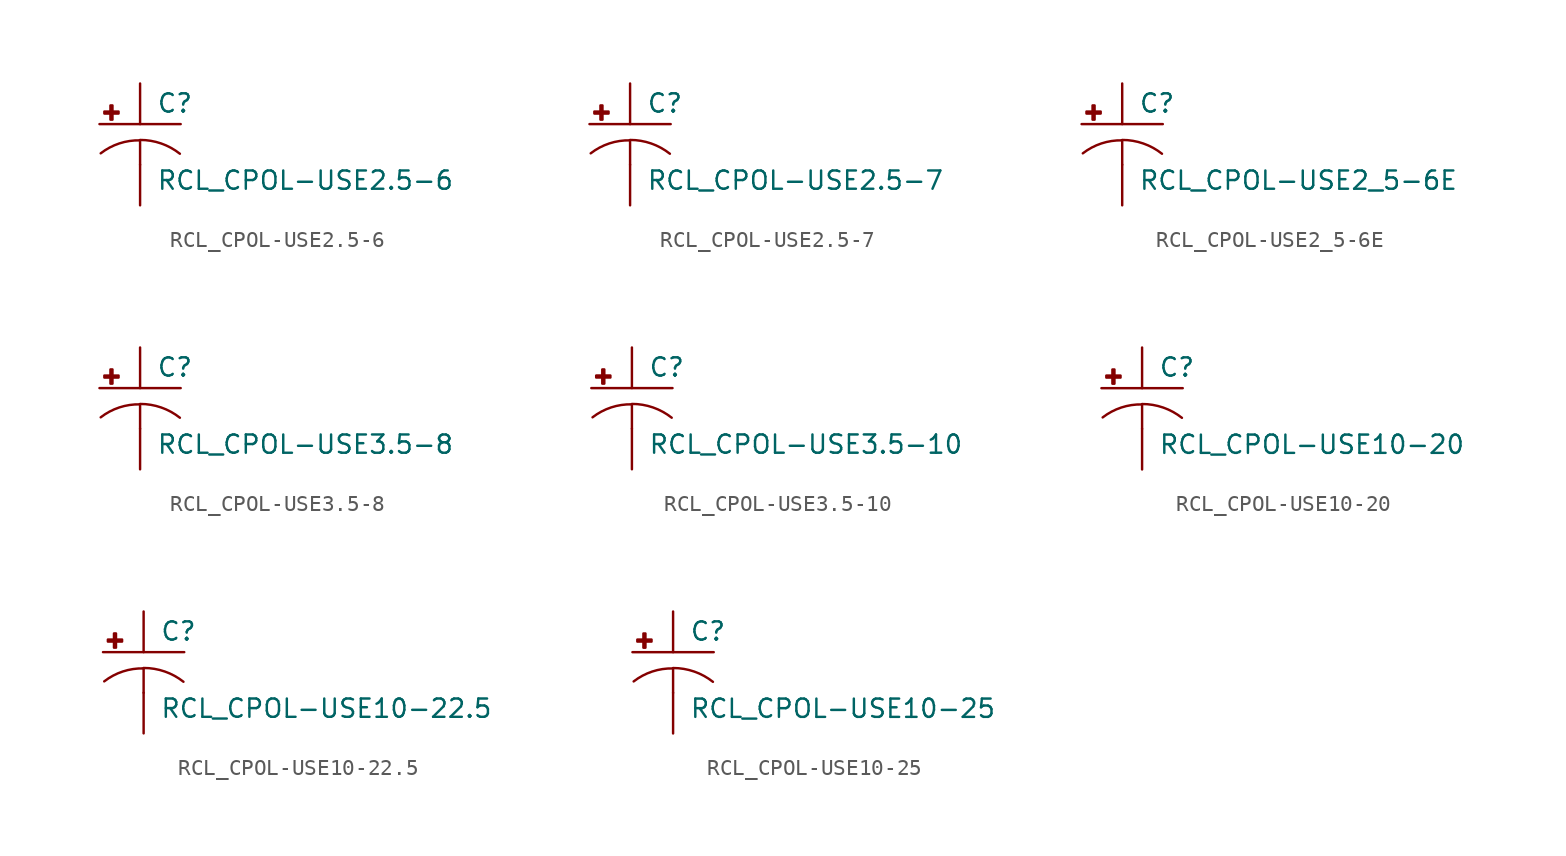
<source format=kicad_sym>
(kicad_symbol_lib
  (version 20210619)
  (generator kicad_symbol_editor)
  (symbol "RCL_CPOL-USE2.5-6"
    (pin_numbers hide)
    (pin_names
      (offset 1.016) hide)
    (property "Reference" "C"
      (at 1.016 0.635 0)
      (effects (font (size 1.143 1.143)) (justify left bottom)))
    (property "Value" "RCL_CPOL-USE2.5-6"
      (at 1.016 -4.191 0)
      (effects (font (size 1.143 1.143)) (justify left bottom)))
    (property "ki_locked" ""
      (at 0 0 0)
      (effects (font (size 1.27 1.27))))
    (symbol "RCL_CPOL-USE2.5-6_1_0"
      (polyline (pts (xy -2.54 0) (xy 2.54 0)) (stroke (width 0)) (fill (type none)))
      (polyline (pts (xy 0 -1.016) (xy 0 -2.54)) (stroke (width 0)) (fill (type none)))
      (polyline (pts (xy 0 -1.016) (xy 0 -1.016)) (stroke (width 0)) (fill (type none))))
    (symbol "RCL_CPOL-USE2.5-6_1_1"
      (arc (start 0 -1.016) (end -2.4638 -1.8288) (radius (at 0 -5.0546) (length 4.0386) (angles 90.1 127.3)) (stroke (width 0)) (fill (type none)))
      (arc (start 2.4892 -1.8542) (end 0 -0.9906) (radius (at 0 -5.0292) (length 4.0386) (angles 52.3 89.9)) (stroke (width 0)) (fill (type none)))
      (rectangle (start -2.235 0.66) (end -1.346 0.787) (stroke (width 0)) (fill (type outline)))
      (rectangle (start -1.854 0.279) (end -1.727 1.168) (stroke (width 0)) (fill (type outline)))
      (pin passive line (at 0 2.54 270) (length 2.54) (name "+" (effects (font (size 1.016 1.016)))) (number "+" (effects (font (size 1.016 1.016)))))
      (pin passive line (at 0 -5.08 90) (length 2.54) (name "-" (effects (font (size 1.016 1.016)))) (number "-" (effects (font (size 1.016 1.016)))))))
  (symbol "RCL_CPOL-USE2.5-7"
    (pin_numbers hide)
    (pin_names
      (offset 1.016) hide)
    (property "Reference" "C"
      (at 1.016 0.635 0)
      (effects (font (size 1.143 1.143)) (justify left bottom)))
    (property "Value" "RCL_CPOL-USE2.5-7"
      (at 1.016 -4.191 0)
      (effects (font (size 1.143 1.143)) (justify left bottom)))
    (property "ki_locked" ""
      (at 0 0 0)
      (effects (font (size 1.27 1.27))))
    (symbol "RCL_CPOL-USE2.5-7_1_0"
      (polyline (pts (xy -2.54 0) (xy 2.54 0)) (stroke (width 0)) (fill (type none)))
      (polyline (pts (xy 0 -1.016) (xy 0 -2.54)) (stroke (width 0)) (fill (type none)))
      (polyline (pts (xy 0 -1.016) (xy 0 -1.016)) (stroke (width 0)) (fill (type none))))
    (symbol "RCL_CPOL-USE2.5-7_1_1"
      (arc (start 0 -1.016) (end -2.4638 -1.8288) (radius (at 0 -5.0546) (length 4.0386) (angles 90.1 127.3)) (stroke (width 0)) (fill (type none)))
      (arc (start 2.4892 -1.8542) (end 0 -0.9906) (radius (at 0 -5.0292) (length 4.0386) (angles 52.3 89.9)) (stroke (width 0)) (fill (type none)))
      (rectangle (start -2.235 0.66) (end -1.346 0.787) (stroke (width 0)) (fill (type outline)))
      (rectangle (start -1.854 0.279) (end -1.727 1.168) (stroke (width 0)) (fill (type outline)))
      (pin passive line (at 0 2.54 270) (length 2.54) (name "+" (effects (font (size 1.016 1.016)))) (number "+" (effects (font (size 1.016 1.016)))))
      (pin passive line (at 0 -5.08 90) (length 2.54) (name "-" (effects (font (size 1.016 1.016)))) (number "-" (effects (font (size 1.016 1.016)))))))
  (symbol "RCL_CPOL-USE2_5-6E"
    (pin_numbers hide)
    (pin_names
      (offset 1.016) hide)
    (property "Reference" "C"
      (at 1.016 0.635 0)
      (effects (font (size 1.143 1.143)) (justify left bottom)))
    (property "Value" "RCL_CPOL-USE2_5-6E"
      (at 1.016 -4.191 0)
      (effects (font (size 1.143 1.143)) (justify left bottom)))
    (property "ki_locked" ""
      (at 0 0 0)
      (effects (font (size 1.27 1.27))))
    (symbol "RCL_CPOL-USE2_5-6E_1_0"
      (polyline (pts (xy -2.54 0) (xy 2.54 0)) (stroke (width 0)) (fill (type none)))
      (polyline (pts (xy 0 -1.016) (xy 0 -2.54)) (stroke (width 0)) (fill (type none)))
      (polyline (pts (xy 0 -1.016) (xy 0 -1.016)) (stroke (width 0)) (fill (type none))))
    (symbol "RCL_CPOL-USE2_5-6E_1_1"
      (arc (start 0 -1.016) (end -2.4638 -1.8288) (radius (at 0 -5.0546) (length 4.0386) (angles 90.1 127.3)) (stroke (width 0)) (fill (type none)))
      (arc (start 2.4892 -1.8542) (end 0 -0.9906) (radius (at 0 -5.0292) (length 4.0386) (angles 52.3 89.9)) (stroke (width 0)) (fill (type none)))
      (rectangle (start -2.235 0.66) (end -1.346 0.787) (stroke (width 0)) (fill (type outline)))
      (rectangle (start -1.854 0.279) (end -1.727 1.168) (stroke (width 0)) (fill (type outline)))
      (pin passive line (at 0 2.54 270) (length 2.54) (name "+" (effects (font (size 1.016 1.016)))) (number "+" (effects (font (size 1.016 1.016)))))
      (pin passive line (at 0 -5.08 90) (length 2.54) (name "-" (effects (font (size 1.016 1.016)))) (number "-" (effects (font (size 1.016 1.016)))))))
  (symbol "RCL_CPOL-USE3.5-8"
    (pin_numbers hide)
    (pin_names
      (offset 1.016) hide)
    (property "Reference" "C"
      (at 1.016 0.635 0)
      (effects (font (size 1.143 1.143)) (justify left bottom)))
    (property "Value" "RCL_CPOL-USE3.5-8"
      (at 1.016 -4.191 0)
      (effects (font (size 1.143 1.143)) (justify left bottom)))
    (property "ki_locked" ""
      (at 0 0 0)
      (effects (font (size 1.27 1.27))))
    (symbol "RCL_CPOL-USE3.5-8_1_0"
      (polyline (pts (xy -2.54 0) (xy 2.54 0)) (stroke (width 0)) (fill (type none)))
      (polyline (pts (xy 0 -1.016) (xy 0 -2.54)) (stroke (width 0)) (fill (type none)))
      (polyline (pts (xy 0 -1.016) (xy 0 -1.016)) (stroke (width 0)) (fill (type none))))
    (symbol "RCL_CPOL-USE3.5-8_1_1"
      (arc (start 0 -1.016) (end -2.4638 -1.8288) (radius (at 0 -5.0546) (length 4.0386) (angles 90.1 127.3)) (stroke (width 0)) (fill (type none)))
      (arc (start 2.4892 -1.8542) (end 0 -0.9906) (radius (at 0 -5.0292) (length 4.0386) (angles 52.3 89.9)) (stroke (width 0)) (fill (type none)))
      (rectangle (start -2.235 0.66) (end -1.346 0.787) (stroke (width 0)) (fill (type outline)))
      (rectangle (start -1.854 0.279) (end -1.727 1.168) (stroke (width 0)) (fill (type outline)))
      (pin passive line (at 0 2.54 270) (length 2.54) (name "+" (effects (font (size 1.016 1.016)))) (number "+" (effects (font (size 1.016 1.016)))))
      (pin passive line (at 0 -5.08 90) (length 2.54) (name "-" (effects (font (size 1.016 1.016)))) (number "-" (effects (font (size 1.016 1.016)))))))
  (symbol "RCL_CPOL-USE3.5-10"
    (pin_numbers hide)
    (pin_names
      (offset 1.016) hide)
    (property "Reference" "C"
      (at 1.016 0.635 0)
      (effects (font (size 1.143 1.143)) (justify left bottom)))
    (property "Value" "RCL_CPOL-USE3.5-10"
      (at 1.016 -4.191 0)
      (effects (font (size 1.143 1.143)) (justify left bottom)))
    (property "ki_locked" ""
      (at 0 0 0)
      (effects (font (size 1.27 1.27))))
    (symbol "RCL_CPOL-USE3.5-10_1_0"
      (polyline (pts (xy -2.54 0) (xy 2.54 0)) (stroke (width 0)) (fill (type none)))
      (polyline (pts (xy 0 -1.016) (xy 0 -2.54)) (stroke (width 0)) (fill (type none)))
      (polyline (pts (xy 0 -1.016) (xy 0 -1.016)) (stroke (width 0)) (fill (type none))))
    (symbol "RCL_CPOL-USE3.5-10_1_1"
      (arc (start 0 -1.016) (end -2.4638 -1.8288) (radius (at 0 -5.0546) (length 4.0386) (angles 90.1 127.3)) (stroke (width 0)) (fill (type none)))
      (arc (start 2.4892 -1.8542) (end 0 -0.9906) (radius (at 0 -5.0292) (length 4.0386) (angles 52.3 89.9)) (stroke (width 0)) (fill (type none)))
      (rectangle (start -2.235 0.66) (end -1.346 0.787) (stroke (width 0)) (fill (type outline)))
      (rectangle (start -1.854 0.279) (end -1.727 1.168) (stroke (width 0)) (fill (type outline)))
      (pin passive line (at 0 2.54 270) (length 2.54) (name "+" (effects (font (size 1.016 1.016)))) (number "+" (effects (font (size 1.016 1.016)))))
      (pin passive line (at 0 -5.08 90) (length 2.54) (name "-" (effects (font (size 1.016 1.016)))) (number "-" (effects (font (size 1.016 1.016)))))))
  (symbol "RCL_CPOL-USE10-20"
    (pin_numbers hide)
    (pin_names
      (offset 1.016) hide)
    (property "Reference" "C"
      (at 1.016 0.635 0)
      (effects (font (size 1.143 1.143)) (justify left bottom)))
    (property "Value" "RCL_CPOL-USE10-20"
      (at 1.016 -4.191 0)
      (effects (font (size 1.143 1.143)) (justify left bottom)))
    (property "ki_locked" ""
      (at 0 0 0)
      (effects (font (size 1.27 1.27))))
    (symbol "RCL_CPOL-USE10-20_1_0"
      (polyline (pts (xy -2.54 0) (xy 2.54 0)) (stroke (width 0)) (fill (type none)))
      (polyline (pts (xy 0 -1.016) (xy 0 -2.54)) (stroke (width 0)) (fill (type none)))
      (polyline (pts (xy 0 -1.016) (xy 0 -1.016)) (stroke (width 0)) (fill (type none))))
    (symbol "RCL_CPOL-USE10-20_1_1"
      (arc (start 0 -1.016) (end -2.4638 -1.8288) (radius (at 0 -5.0546) (length 4.0386) (angles 90.1 127.3)) (stroke (width 0)) (fill (type none)))
      (arc (start 2.4892 -1.8542) (end 0 -0.9906) (radius (at 0 -5.0292) (length 4.0386) (angles 52.3 89.9)) (stroke (width 0)) (fill (type none)))
      (rectangle (start -2.235 0.66) (end -1.346 0.787) (stroke (width 0)) (fill (type outline)))
      (rectangle (start -1.854 0.279) (end -1.727 1.168) (stroke (width 0)) (fill (type outline)))
      (pin passive line (at 0 2.54 270) (length 2.54) (name "+" (effects (font (size 1.016 1.016)))) (number "+" (effects (font (size 1.016 1.016)))))
      (pin passive line (at 0 -5.08 90) (length 2.54) (name "-" (effects (font (size 1.016 1.016)))) (number "-" (effects (font (size 1.016 1.016)))))))
  (symbol "RCL_CPOL-USE10-22.5"
    (pin_numbers hide)
    (pin_names
      (offset 1.016) hide)
    (property "Reference" "C"
      (at 1.016 0.635 0)
      (effects (font (size 1.143 1.143)) (justify left bottom)))
    (property "Value" "RCL_CPOL-USE10-22.5"
      (at 1.016 -4.191 0)
      (effects (font (size 1.143 1.143)) (justify left bottom)))
    (property "ki_locked" ""
      (at 0 0 0)
      (effects (font (size 1.27 1.27))))
    (symbol "RCL_CPOL-USE10-22.5_1_0"
      (polyline (pts (xy -2.54 0) (xy 2.54 0)) (stroke (width 0)) (fill (type none)))
      (polyline (pts (xy 0 -1.016) (xy 0 -2.54)) (stroke (width 0)) (fill (type none)))
      (polyline (pts (xy 0 -1.016) (xy 0 -1.016)) (stroke (width 0)) (fill (type none))))
    (symbol "RCL_CPOL-USE10-22.5_1_1"
      (arc (start 0 -1.016) (end -2.4638 -1.8288) (radius (at 0 -5.0546) (length 4.0386) (angles 90.1 127.3)) (stroke (width 0)) (fill (type none)))
      (arc (start 2.4892 -1.8542) (end 0 -0.9906) (radius (at 0 -5.0292) (length 4.0386) (angles 52.3 89.9)) (stroke (width 0)) (fill (type none)))
      (rectangle (start -2.235 0.66) (end -1.346 0.787) (stroke (width 0)) (fill (type outline)))
      (rectangle (start -1.854 0.279) (end -1.727 1.168) (stroke (width 0)) (fill (type outline)))
      (pin passive line (at 0 2.54 270) (length 2.54) (name "+" (effects (font (size 1.016 1.016)))) (number "+" (effects (font (size 1.016 1.016)))))
      (pin passive line (at 0 -5.08 90) (length 2.54) (name "-" (effects (font (size 1.016 1.016)))) (number "-" (effects (font (size 1.016 1.016)))))))
  (symbol "RCL_CPOL-USE10-25"
    (pin_numbers hide)
    (pin_names
      (offset 1.016) hide)
    (property "Reference" "C"
      (at 1.016 0.635 0)
      (effects (font (size 1.143 1.143)) (justify left bottom)))
    (property "Value" "RCL_CPOL-USE10-25"
      (at 1.016 -4.191 0)
      (effects (font (size 1.143 1.143)) (justify left bottom)))
    (property "ki_locked" ""
      (at 0 0 0)
      (effects (font (size 1.27 1.27))))
    (symbol "RCL_CPOL-USE10-25_1_0"
      (polyline (pts (xy -2.54 0) (xy 2.54 0)) (stroke (width 0)) (fill (type none)))
      (polyline (pts (xy 0 -1.016) (xy 0 -2.54)) (stroke (width 0)) (fill (type none)))
      (polyline (pts (xy 0 -1.016) (xy 0 -1.016)) (stroke (width 0)) (fill (type none))))
    (symbol "RCL_CPOL-USE10-25_1_1"
      (arc (start 0 -1.016) (end -2.4638 -1.8288) (radius (at 0 -5.0546) (length 4.0386) (angles 90.1 127.3)) (stroke (width 0)) (fill (type none)))
      (arc (start 2.4892 -1.8542) (end 0 -0.9906) (radius (at 0 -5.0292) (length 4.0386) (angles 52.3 89.9)) (stroke (width 0)) (fill (type none)))
      (rectangle (start -2.235 0.66) (end -1.346 0.787) (stroke (width 0)) (fill (type outline)))
      (rectangle (start -1.854 0.279) (end -1.727 1.168) (stroke (width 0)) (fill (type outline)))
      (pin passive line (at 0 2.54 270) (length 2.54) (name "+" (effects (font (size 1.016 1.016)))) (number "+" (effects (font (size 1.016 1.016)))))
      (pin passive line (at 0 -5.08 90) (length 2.54) (name "-" (effects (font (size 1.016 1.016)))) (number "-" (effects (font (size 1.016 1.016))))))))
</source>
